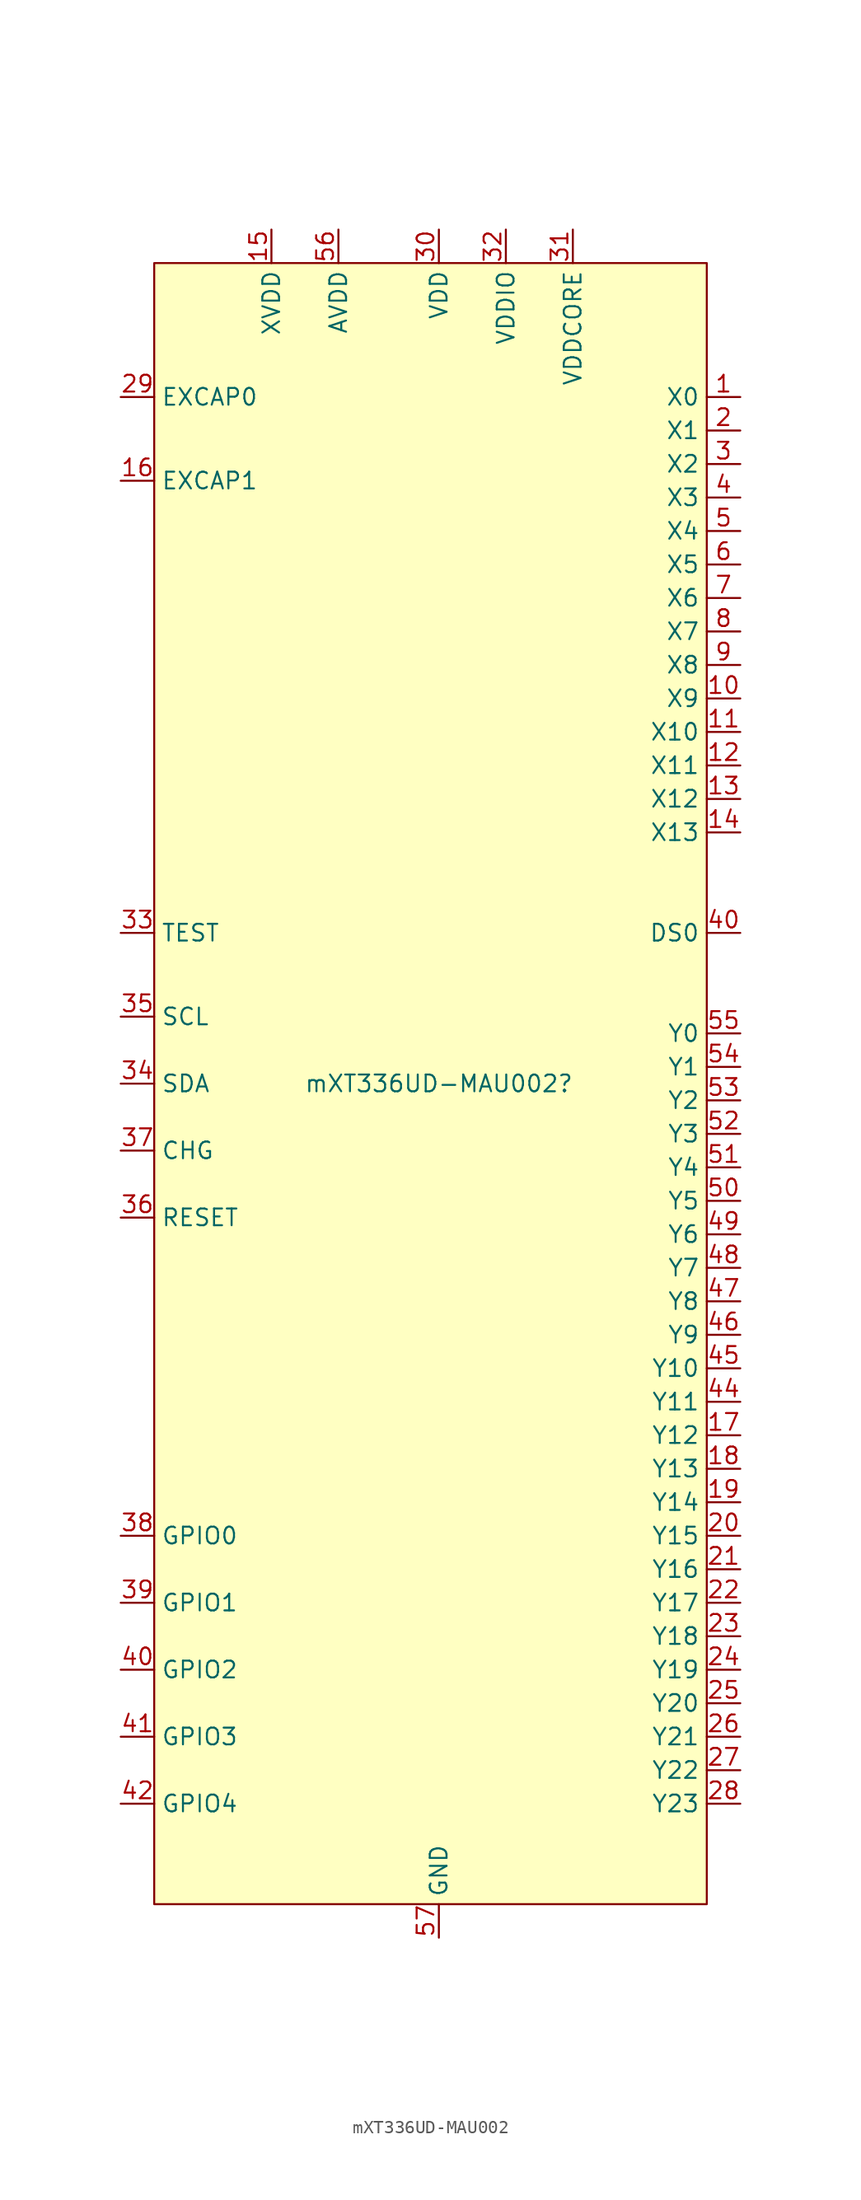
<source format=kicad_sym>
(kicad_symbol_lib
  (version 20231120)
  (generator "kicad_symbol_editor")
  (generator_version "8.0")
  (symbol "mXT336UD-MAU002"
    (property "Reference" "mXT336UD-MAU002"
      (at 0 0 0)
      (effects (font (size 1.27 1.27))))
    (property "Value" ""
      (at 13.97 45.72 0)
      (effects (font (size 1.27 1.27))))
    (symbol "mXT336UD-MAU002_1_1"
      (rectangle (start -21.59 62.23) (end 20.32 -62.23) (stroke (width 0) (type default)) (fill (type background)))
      (pin passive line (at 22.86 52.07 180) (length 2.54) (name "X0" (effects (font (size 1.27 1.27)))) (number "1" (effects (font (size 1.27 1.27)))))
      (pin passive line (at 22.86 29.21 180) (length 2.54) (name "X9" (effects (font (size 1.27 1.27)))) (number "10" (effects (font (size 1.27 1.27)))))
      (pin passive line (at 22.86 26.67 180) (length 2.54) (name "X10" (effects (font (size 1.27 1.27)))) (number "11" (effects (font (size 1.27 1.27)))))
      (pin passive line (at 22.86 24.13 180) (length 2.54) (name "X11" (effects (font (size 1.27 1.27)))) (number "12" (effects (font (size 1.27 1.27)))))
      (pin passive line (at 22.86 21.59 180) (length 2.54) (name "X12" (effects (font (size 1.27 1.27)))) (number "13" (effects (font (size 1.27 1.27)))))
      (pin passive line (at 22.86 19.05 180) (length 2.54) (name "X13" (effects (font (size 1.27 1.27)))) (number "14" (effects (font (size 1.27 1.27)))))
      (pin power_in line (at -12.7 64.77 270) (length 2.54) (name "XVDD" (effects (font (size 1.27 1.27)))) (number "15" (effects (font (size 1.27 1.27)))))
      (pin power_in line (at -24.13 45.72 0) (length 2.54) (name "EXCAP1" (effects (font (size 1.27 1.27)))) (number "16" (effects (font (size 1.27 1.27)))))
      (pin passive line (at 22.86 -26.67 180) (length 2.54) (name "Y12" (effects (font (size 1.27 1.27)))) (number "17" (effects (font (size 1.27 1.27)))))
      (pin passive line (at 22.86 -29.21 180) (length 2.54) (name "Y13" (effects (font (size 1.27 1.27)))) (number "18" (effects (font (size 1.27 1.27)))))
      (pin passive line (at 22.86 -31.75 180) (length 2.54) (name "Y14" (effects (font (size 1.27 1.27)))) (number "19" (effects (font (size 1.27 1.27)))))
      (pin passive line (at 22.86 49.53 180) (length 2.54) (name "X1" (effects (font (size 1.27 1.27)))) (number "2" (effects (font (size 1.27 1.27)))))
      (pin passive line (at 22.86 -34.29 180) (length 2.54) (name "Y15" (effects (font (size 1.27 1.27)))) (number "20" (effects (font (size 1.27 1.27)))))
      (pin passive line (at 22.86 -36.83 180) (length 2.54) (name "Y16" (effects (font (size 1.27 1.27)))) (number "21" (effects (font (size 1.27 1.27)))))
      (pin passive line (at 22.86 -39.37 180) (length 2.54) (name "Y17" (effects (font (size 1.27 1.27)))) (number "22" (effects (font (size 1.27 1.27)))))
      (pin passive line (at 22.86 -41.91 180) (length 2.54) (name "Y18" (effects (font (size 1.27 1.27)))) (number "23" (effects (font (size 1.27 1.27)))))
      (pin passive line (at 22.86 -44.45 180) (length 2.54) (name "Y19" (effects (font (size 1.27 1.27)))) (number "24" (effects (font (size 1.27 1.27)))))
      (pin passive line (at 22.86 -46.99 180) (length 2.54) (name "Y20" (effects (font (size 1.27 1.27)))) (number "25" (effects (font (size 1.27 1.27)))))
      (pin passive line (at 22.86 -49.53 180) (length 2.54) (name "Y21" (effects (font (size 1.27 1.27)))) (number "26" (effects (font (size 1.27 1.27)))))
      (pin passive line (at 22.86 -52.07 180) (length 2.54) (name "Y22" (effects (font (size 1.27 1.27)))) (number "27" (effects (font (size 1.27 1.27)))))
      (pin passive line (at 22.86 -54.61 180) (length 2.54) (name "Y23" (effects (font (size 1.27 1.27)))) (number "28" (effects (font (size 1.27 1.27)))))
      (pin power_in line (at -24.13 52.07 0) (length 2.54) (name "EXCAP0" (effects (font (size 1.27 1.27)))) (number "29" (effects (font (size 1.27 1.27)))))
      (pin passive line (at 22.86 46.99 180) (length 2.54) (name "X2" (effects (font (size 1.27 1.27)))) (number "3" (effects (font (size 1.27 1.27)))))
      (pin power_in line (at 0 64.77 270) (length 2.54) (name "VDD" (effects (font (size 1.27 1.27)))) (number "30" (effects (font (size 1.27 1.27)))))
      (pin power_in line (at 10.16 64.77 270) (length 2.54) (name "VDDCORE" (effects (font (size 1.27 1.27)))) (number "31" (effects (font (size 1.27 1.27)))))
      (pin power_in line (at 5.08 64.77 270) (length 2.54) (name "VDDIO" (effects (font (size 1.27 1.27)))) (number "32" (effects (font (size 1.27 1.27)))))
      (pin unspecified line (at -24.13 11.43 0) (length 2.54) (name "TEST" (effects (font (size 1.27 1.27)))) (number "33" (effects (font (size 1.27 1.27)))))
      (pin bidirectional line (at -24.13 0 0) (length 2.54) (name "SDA" (effects (font (size 1.27 1.27)))) (number "34" (effects (font (size 1.27 1.27)))))
      (pin input line (at -24.13 5.08 0) (length 2.54) (name "SCL" (effects (font (size 1.27 1.27)))) (number "35" (effects (font (size 1.27 1.27)))))
      (pin input line (at -24.13 -10.16 0) (length 2.54) (name "RESET" (effects (font (size 1.27 1.27)))) (number "36" (effects (font (size 1.27 1.27)))))
      (pin output line (at -24.13 -5.08 0) (length 2.54) (name "CHG" (effects (font (size 1.27 1.27)))) (number "37" (effects (font (size 1.27 1.27)))))
      (pin bidirectional line (at -24.13 -34.29 0) (length 2.54) (name "GPIO0" (effects (font (size 1.27 1.27)))) (number "38" (effects (font (size 1.27 1.27)))))
      (pin bidirectional line (at -24.13 -39.37 0) (length 2.54) (name "GPIO1" (effects (font (size 1.27 1.27)))) (number "39" (effects (font (size 1.27 1.27)))))
      (pin passive line (at 22.86 44.45 180) (length 2.54) (name "X3" (effects (font (size 1.27 1.27)))) (number "4" (effects (font (size 1.27 1.27)))))
      (pin output line (at 22.86 11.43 180) (length 2.54) (name "DS0" (effects (font (size 1.27 1.27)))) (number "40" (effects (font (size 1.27 1.27)))))
      (pin bidirectional line (at -24.13 -44.45 0) (length 2.54) (name "GPIO2" (effects (font (size 1.27 1.27)))) (number "40" (effects (font (size 1.27 1.27)))))
      (pin bidirectional line (at -24.13 -49.53 0) (length 2.54) (name "GPIO3" (effects (font (size 1.27 1.27)))) (number "41" (effects (font (size 1.27 1.27)))))
      (pin bidirectional line (at -24.13 -54.61 0) (length 2.54) (name "GPIO4" (effects (font (size 1.27 1.27)))) (number "42" (effects (font (size 1.27 1.27)))))
      (pin passive line (at 22.86 -24.13 180) (length 2.54) (name "Y11" (effects (font (size 1.27 1.27)))) (number "44" (effects (font (size 1.27 1.27)))))
      (pin passive line (at 22.86 -21.59 180) (length 2.54) (name "Y10" (effects (font (size 1.27 1.27)))) (number "45" (effects (font (size 1.27 1.27)))))
      (pin passive line (at 22.86 -19.05 180) (length 2.54) (name "Y9" (effects (font (size 1.27 1.27)))) (number "46" (effects (font (size 1.27 1.27)))))
      (pin passive line (at 22.86 -16.51 180) (length 2.54) (name "Y8" (effects (font (size 1.27 1.27)))) (number "47" (effects (font (size 1.27 1.27)))))
      (pin passive line (at 22.86 -13.97 180) (length 2.54) (name "Y7" (effects (font (size 1.27 1.27)))) (number "48" (effects (font (size 1.27 1.27)))))
      (pin passive line (at 22.86 -11.43 180) (length 2.54) (name "Y6" (effects (font (size 1.27 1.27)))) (number "49" (effects (font (size 1.27 1.27)))))
      (pin passive line (at 22.86 41.91 180) (length 2.54) (name "X4" (effects (font (size 1.27 1.27)))) (number "5" (effects (font (size 1.27 1.27)))))
      (pin passive line (at 22.86 -8.89 180) (length 2.54) (name "Y5" (effects (font (size 1.27 1.27)))) (number "50" (effects (font (size 1.27 1.27)))))
      (pin passive line (at 22.86 -6.35 180) (length 2.54) (name "Y4" (effects (font (size 1.27 1.27)))) (number "51" (effects (font (size 1.27 1.27)))))
      (pin passive line (at 22.86 -3.81 180) (length 2.54) (name "Y3" (effects (font (size 1.27 1.27)))) (number "52" (effects (font (size 1.27 1.27)))))
      (pin passive line (at 22.86 -1.27 180) (length 2.54) (name "Y2" (effects (font (size 1.27 1.27)))) (number "53" (effects (font (size 1.27 1.27)))))
      (pin passive line (at 22.86 1.27 180) (length 2.54) (name "Y1" (effects (font (size 1.27 1.27)))) (number "54" (effects (font (size 1.27 1.27)))))
      (pin passive line (at 22.86 3.81 180) (length 2.54) (name "Y0" (effects (font (size 1.27 1.27)))) (number "55" (effects (font (size 1.27 1.27)))))
      (pin power_in line (at -7.62 64.77 270) (length 2.54) (name "AVDD" (effects (font (size 1.27 1.27)))) (number "56" (effects (font (size 1.27 1.27)))))
      (pin power_in line (at 0 -64.77 90) (length 2.54) (name "GND" (effects (font (size 1.27 1.27)))) (number "57" (effects (font (size 1.27 1.27)))))
      (pin passive line (at 22.86 39.37 180) (length 2.54) (name "X5" (effects (font (size 1.27 1.27)))) (number "6" (effects (font (size 1.27 1.27)))))
      (pin passive line (at 22.86 36.83 180) (length 2.54) (name "X6" (effects (font (size 1.27 1.27)))) (number "7" (effects (font (size 1.27 1.27)))))
      (pin passive line (at 22.86 34.29 180) (length 2.54) (name "X7" (effects (font (size 1.27 1.27)))) (number "8" (effects (font (size 1.27 1.27)))))
      (pin passive line (at 22.86 31.75 180) (length 2.54) (name "X8" (effects (font (size 1.27 1.27)))) (number "9" (effects (font (size 1.27 1.27))))))))
</source>
